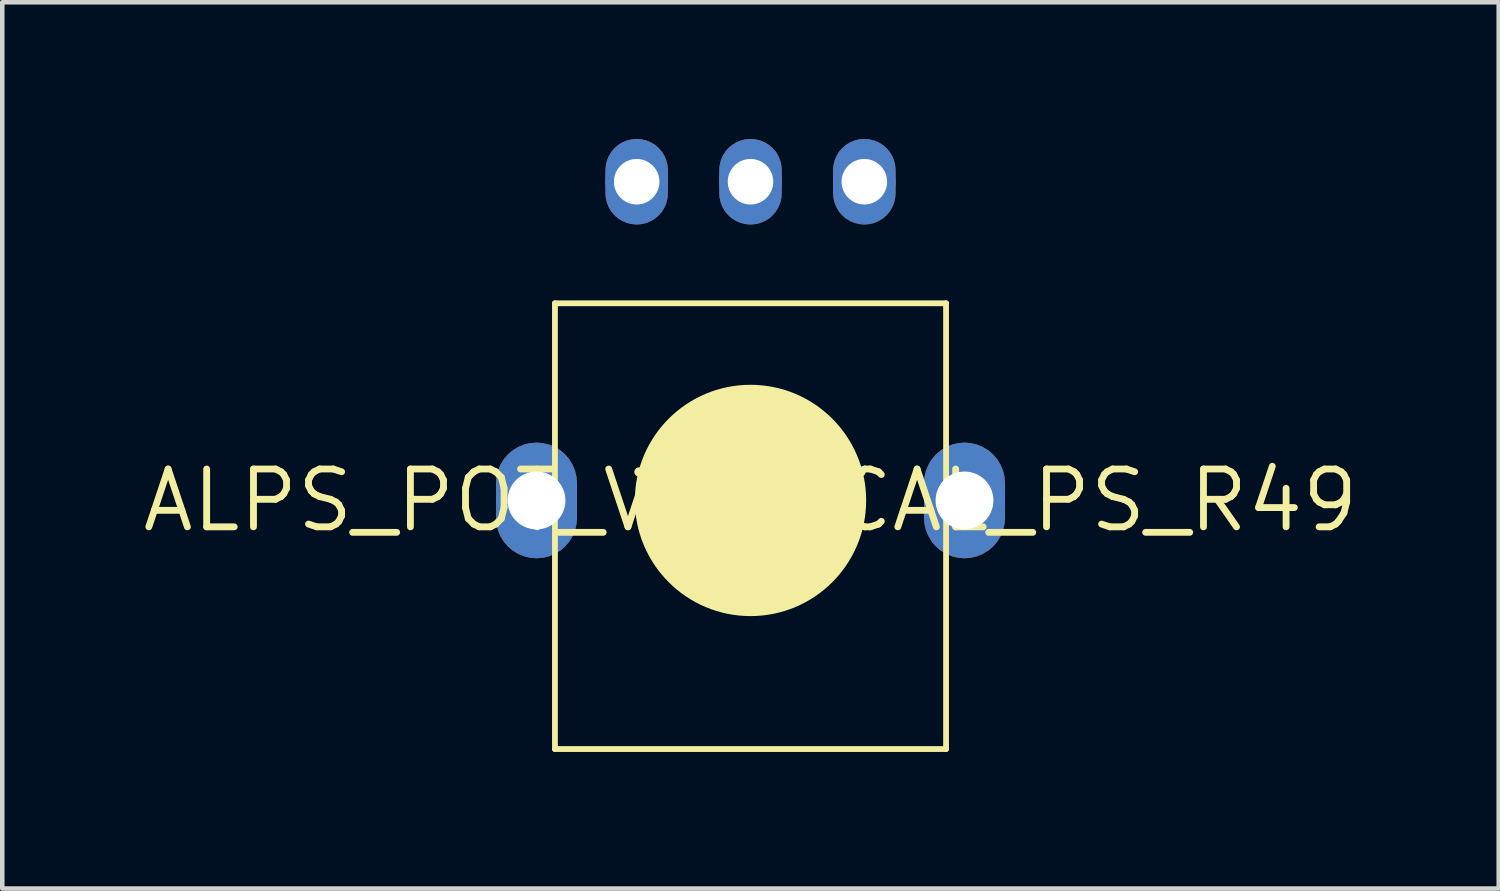
<source format=kicad_pcb>
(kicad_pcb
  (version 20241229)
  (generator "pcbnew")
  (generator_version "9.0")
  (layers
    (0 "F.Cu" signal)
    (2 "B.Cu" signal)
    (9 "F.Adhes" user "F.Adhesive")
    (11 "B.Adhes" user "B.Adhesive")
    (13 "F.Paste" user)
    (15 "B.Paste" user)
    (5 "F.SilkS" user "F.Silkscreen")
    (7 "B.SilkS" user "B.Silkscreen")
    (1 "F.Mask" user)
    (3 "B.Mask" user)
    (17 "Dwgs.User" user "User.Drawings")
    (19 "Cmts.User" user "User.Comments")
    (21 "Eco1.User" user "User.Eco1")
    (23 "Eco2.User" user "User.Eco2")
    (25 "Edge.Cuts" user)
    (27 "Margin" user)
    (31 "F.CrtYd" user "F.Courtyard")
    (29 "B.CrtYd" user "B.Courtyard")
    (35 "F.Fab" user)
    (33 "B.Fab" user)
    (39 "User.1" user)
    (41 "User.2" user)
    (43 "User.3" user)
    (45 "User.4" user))
  (footprint "ALPS_POT_VERTICAL_PS_R49"
    (layer "F.Cu")
    (at 13.433 7.941)
    (property "Reference" "ALPS_POT_VERTICAL_PS_R49" (at 0 0 0) (layer "F.SilkS") (effects (font (size 1.27 1.27) (thickness 0.15))))
    (fp_poly (pts (xy -4.561 -1.259) (xy -4.426 -1.227) (xy -4.297 -1.173) (xy -4.177 -1.1) (xy -4.071 -1.01) (xy -3.981 -0.904) (xy -3.908 -0.784) (xy -3.854 -0.655) (xy -3.822 -0.52) (xy -3.811 -0.381) (xy -3.811 0.381) (xy -3.822 0.52) (xy -3.854 0.655) (xy -3.908 0.784) (xy -3.981 0.904) (xy -4.071 1.01) (xy -4.177 1.1) (xy -4.297 1.173) (xy -4.426 1.227) (xy -4.561 1.259) (xy -4.7 1.27) (xy -4.839 1.259) (xy -4.974 1.227) (xy -5.103 1.173) (xy -5.223 1.1) (xy -5.329 1.01) (xy -5.419 0.904) (xy -5.492 0.784) (xy -5.546 0.655) (xy -5.578 0.52) (xy -5.589 0.381) (xy -5.589 -0.381) (xy -5.578 -0.52) (xy -5.546 -0.655) (xy -5.492 -0.784) (xy -5.419 -0.904) (xy -5.329 -1.01) (xy -5.223 -1.1) (xy -5.103 -1.173) (xy -4.974 -1.227) (xy -4.839 -1.259) (xy -4.7 -1.27)) (stroke (width 0) (type default)) (fill yes) (layer "F.Cu"))
    (fp_poly (pts (xy -2.393 -7.931) (xy -2.288 -7.906) (xy -2.189 -7.865) (xy -2.096 -7.809) (xy -2.015 -7.739) (xy -1.945 -7.658) (xy -1.889 -7.565) (xy -1.848 -7.466) (xy -1.823 -7.361) (xy -1.814 -7.254) (xy -1.814 -6.746) (xy -1.823 -6.639) (xy -1.848 -6.534) (xy -1.889 -6.435) (xy -1.945 -6.342) (xy -2.015 -6.261) (xy -2.096 -6.191) (xy -2.189 -6.135) (xy -2.288 -6.094) (xy -2.393 -6.069) (xy -2.5 -6.06) (xy -2.607 -6.069) (xy -2.712 -6.094) (xy -2.811 -6.135) (xy -2.904 -6.191) (xy -2.985 -6.261) (xy -3.055 -6.342) (xy -3.111 -6.435) (xy -3.152 -6.534) (xy -3.177 -6.639) (xy -3.186 -6.746) (xy -3.186 -7.254) (xy -3.177 -7.361) (xy -3.152 -7.466) (xy -3.111 -7.565) (xy -3.055 -7.658) (xy -2.985 -7.739) (xy -2.904 -7.809) (xy -2.811 -7.865) (xy -2.712 -7.906) (xy -2.607 -7.931) (xy -2.5 -7.94)) (stroke (width 0) (type default)) (fill yes) (layer "F.Cu"))
    (fp_poly (pts (xy 0.107 -7.931) (xy 0.212 -7.906) (xy 0.311 -7.865) (xy 0.404 -7.809) (xy 0.485 -7.739) (xy 0.555 -7.658) (xy 0.611 -7.565) (xy 0.652 -7.466) (xy 0.677 -7.361) (xy 0.686 -7.254) (xy 0.686 -6.746) (xy 0.677 -6.639) (xy 0.652 -6.534) (xy 0.611 -6.435) (xy 0.555 -6.342) (xy 0.485 -6.261) (xy 0.404 -6.191) (xy 0.311 -6.135) (xy 0.212 -6.094) (xy 0.107 -6.069) (xy 0 -6.06) (xy -0.107 -6.069) (xy -0.212 -6.094) (xy -0.311 -6.135) (xy -0.404 -6.191) (xy -0.485 -6.261) (xy -0.555 -6.342) (xy -0.611 -6.435) (xy -0.652 -6.534) (xy -0.677 -6.639) (xy -0.686 -6.746) (xy -0.686 -7.254) (xy -0.677 -7.361) (xy -0.652 -7.466) (xy -0.611 -7.565) (xy -0.555 -7.658) (xy -0.485 -7.739) (xy -0.404 -7.809) (xy -0.311 -7.865) (xy -0.212 -7.906) (xy -0.107 -7.931) (xy 0 -7.94)) (stroke (width 0) (type default)) (fill yes) (layer "F.Cu"))
    (fp_poly (pts (xy 2.607 -7.931) (xy 2.712 -7.906) (xy 2.811 -7.865) (xy 2.904 -7.809) (xy 2.985 -7.739) (xy 3.055 -7.658) (xy 3.111 -7.565) (xy 3.152 -7.466) (xy 3.177 -7.361) (xy 3.186 -7.254) (xy 3.186 -6.746) (xy 3.177 -6.639) (xy 3.152 -6.534) (xy 3.111 -6.435) (xy 3.055 -6.342) (xy 2.985 -6.261) (xy 2.904 -6.191) (xy 2.811 -6.135) (xy 2.712 -6.094) (xy 2.607 -6.069) (xy 2.5 -6.06) (xy 2.393 -6.069) (xy 2.288 -6.094) (xy 2.189 -6.135) (xy 2.096 -6.191) (xy 2.015 -6.261) (xy 1.945 -6.342) (xy 1.889 -6.435) (xy 1.848 -6.534) (xy 1.823 -6.639) (xy 1.814 -6.746) (xy 1.814 -7.254) (xy 1.823 -7.361) (xy 1.848 -7.466) (xy 1.889 -7.565) (xy 1.945 -7.658) (xy 2.015 -7.739) (xy 2.096 -7.809) (xy 2.189 -7.865) (xy 2.288 -7.906) (xy 2.393 -7.931) (xy 2.5 -7.94)) (stroke (width 0) (type default)) (fill yes) (layer "F.Cu"))
    (fp_poly (pts (xy 4.839 -1.259) (xy 4.974 -1.227) (xy 5.103 -1.173) (xy 5.223 -1.1) (xy 5.329 -1.01) (xy 5.419 -0.904) (xy 5.492 -0.784) (xy 5.546 -0.655) (xy 5.578 -0.52) (xy 5.589 -0.381) (xy 5.589 0.381) (xy 5.578 0.52) (xy 5.546 0.655) (xy 5.492 0.784) (xy 5.419 0.904) (xy 5.329 1.01) (xy 5.223 1.1) (xy 5.103 1.173) (xy 4.974 1.227) (xy 4.839 1.259) (xy 4.7 1.27) (xy 4.561 1.259) (xy 4.426 1.227) (xy 4.297 1.173) (xy 4.177 1.1) (xy 4.071 1.01) (xy 3.981 0.904) (xy 3.908 0.784) (xy 3.854 0.655) (xy 3.822 0.52) (xy 3.811 0.381) (xy 3.811 -0.381) (xy 3.822 -0.52) (xy 3.854 -0.655) (xy 3.908 -0.784) (xy 3.981 -0.904) (xy 4.071 -1.01) (xy 4.177 -1.1) (xy 4.297 -1.173) (xy 4.426 -1.227) (xy 4.561 -1.259) (xy 4.7 -1.27)) (stroke (width 0) (type default)) (fill yes) (layer "F.Cu"))
    (fp_poly (pts (xy -4.561 -1.26) (xy -4.425 -1.227) (xy -4.296 -1.174) (xy -4.176 -1.101) (xy -4.07 -1.011) (xy -3.98 -0.905) (xy -3.907 -0.785) (xy -3.854 -0.656) (xy -3.821 -0.52) (xy -3.81 -0.381) (xy -3.81 0.381) (xy -3.821 0.52) (xy -3.854 0.656) (xy -3.907 0.785) (xy -3.98 0.905) (xy -4.07 1.011) (xy -4.176 1.101) (xy -4.296 1.174) (xy -4.425 1.227) (xy -4.561 1.26) (xy -4.7 1.271) (xy -4.839 1.26) (xy -4.975 1.227) (xy -5.104 1.174) (xy -5.224 1.101) (xy -5.33 1.011) (xy -5.42 0.905) (xy -5.493 0.785) (xy -5.546 0.656) (xy -5.579 0.52) (xy -5.59 0.381) (xy -5.59 -0.381) (xy -5.579 -0.52) (xy -5.546 -0.656) (xy -5.493 -0.785) (xy -5.42 -0.905) (xy -5.33 -1.011) (xy -5.224 -1.101) (xy -5.104 -1.174) (xy -4.975 -1.227) (xy -4.839 -1.26) (xy -4.7 -1.271)) (stroke (width 0) (type default)) (fill yes) (layer "F.Mask"))
    (fp_poly (pts (xy -2.393 -7.932) (xy -2.288 -7.907) (xy -2.189 -7.866) (xy -2.096 -7.81) (xy -2.014 -7.74) (xy -1.944 -7.658) (xy -1.888 -7.565) (xy -1.847 -7.466) (xy -1.822 -7.361) (xy -1.813 -7.254) (xy -1.813 -6.746) (xy -1.822 -6.639) (xy -1.847 -6.534) (xy -1.888 -6.435) (xy -1.944 -6.342) (xy -2.014 -6.26) (xy -2.096 -6.19) (xy -2.189 -6.134) (xy -2.288 -6.093) (xy -2.393 -6.068) (xy -2.5 -6.059) (xy -2.607 -6.068) (xy -2.712 -6.093) (xy -2.811 -6.134) (xy -2.904 -6.19) (xy -2.986 -6.26) (xy -3.056 -6.342) (xy -3.112 -6.435) (xy -3.153 -6.534) (xy -3.178 -6.639) (xy -3.187 -6.746) (xy -3.187 -7.254) (xy -3.178 -7.361) (xy -3.153 -7.466) (xy -3.112 -7.565) (xy -3.056 -7.658) (xy -2.986 -7.74) (xy -2.904 -7.81) (xy -2.811 -7.866) (xy -2.712 -7.907) (xy -2.607 -7.932) (xy -2.5 -7.941)) (stroke (width 0) (type default)) (fill yes) (layer "F.Mask"))
    (fp_poly (pts (xy 0.107 -7.932) (xy 0.212 -7.907) (xy 0.311 -7.866) (xy 0.404 -7.81) (xy 0.486 -7.74) (xy 0.556 -7.658) (xy 0.612 -7.565) (xy 0.653 -7.466) (xy 0.678 -7.361) (xy 0.687 -7.254) (xy 0.687 -6.746) (xy 0.678 -6.639) (xy 0.653 -6.534) (xy 0.612 -6.435) (xy 0.556 -6.342) (xy 0.486 -6.26) (xy 0.404 -6.19) (xy 0.311 -6.134) (xy 0.212 -6.093) (xy 0.107 -6.068) (xy 0 -6.059) (xy -0.107 -6.068) (xy -0.212 -6.093) (xy -0.311 -6.134) (xy -0.404 -6.19) (xy -0.486 -6.26) (xy -0.556 -6.342) (xy -0.612 -6.435) (xy -0.653 -6.534) (xy -0.678 -6.639) (xy -0.687 -6.746) (xy -0.687 -7.254) (xy -0.678 -7.361) (xy -0.653 -7.466) (xy -0.612 -7.565) (xy -0.556 -7.658) (xy -0.486 -7.74) (xy -0.404 -7.81) (xy -0.311 -7.866) (xy -0.212 -7.907) (xy -0.107 -7.932) (xy 0 -7.941)) (stroke (width 0) (type default)) (fill yes) (layer "F.Mask"))
    (fp_poly (pts (xy 2.607 -7.932) (xy 2.712 -7.907) (xy 2.811 -7.866) (xy 2.904 -7.81) (xy 2.986 -7.74) (xy 3.056 -7.658) (xy 3.112 -7.565) (xy 3.153 -7.466) (xy 3.178 -7.361) (xy 3.187 -7.254) (xy 3.187 -6.746) (xy 3.178 -6.639) (xy 3.153 -6.534) (xy 3.112 -6.435) (xy 3.056 -6.342) (xy 2.986 -6.26) (xy 2.904 -6.19) (xy 2.811 -6.134) (xy 2.712 -6.093) (xy 2.607 -6.068) (xy 2.5 -6.059) (xy 2.393 -6.068) (xy 2.288 -6.093) (xy 2.189 -6.134) (xy 2.096 -6.19) (xy 2.014 -6.26) (xy 1.944 -6.342) (xy 1.888 -6.435) (xy 1.847 -6.534) (xy 1.822 -6.639) (xy 1.813 -6.746) (xy 1.813 -7.254) (xy 1.822 -7.361) (xy 1.847 -7.466) (xy 1.888 -7.565) (xy 1.944 -7.658) (xy 2.014 -7.74) (xy 2.096 -7.81) (xy 2.189 -7.866) (xy 2.288 -7.907) (xy 2.393 -7.932) (xy 2.5 -7.941)) (stroke (width 0) (type default)) (fill yes) (layer "F.Mask"))
    (fp_poly (pts (xy 4.839 -1.26) (xy 4.975 -1.227) (xy 5.104 -1.174) (xy 5.224 -1.101) (xy 5.33 -1.011) (xy 5.42 -0.905) (xy 5.493 -0.785) (xy 5.546 -0.656) (xy 5.579 -0.52) (xy 5.59 -0.381) (xy 5.59 0.381) (xy 5.579 0.52) (xy 5.546 0.656) (xy 5.493 0.785) (xy 5.42 0.905) (xy 5.33 1.011) (xy 5.224 1.101) (xy 5.104 1.174) (xy 4.975 1.227) (xy 4.839 1.26) (xy 4.7 1.271) (xy 4.561 1.26) (xy 4.425 1.227) (xy 4.296 1.174) (xy 4.176 1.101) (xy 4.07 1.011) (xy 3.98 0.905) (xy 3.907 0.785) (xy 3.854 0.656) (xy 3.821 0.52) (xy 3.81 0.381) (xy 3.81 -0.381) (xy 3.821 -0.52) (xy 3.854 -0.656) (xy 3.907 -0.785) (xy 3.98 -0.905) (xy 4.07 -1.011) (xy 4.176 -1.101) (xy 4.296 -1.174) (xy 4.425 -1.227) (xy 4.561 -1.26) (xy 4.7 -1.271)) (stroke (width 0) (type default)) (fill yes) (layer "F.Mask"))
    (fp_poly (pts (xy -4.561 -1.259) (xy -4.426 -1.227) (xy -4.297 -1.173) (xy -4.177 -1.1) (xy -4.071 -1.01) (xy -3.981 -0.904) (xy -3.908 -0.784) (xy -3.854 -0.655) (xy -3.822 -0.52) (xy -3.811 -0.381) (xy -3.811 0.381) (xy -3.822 0.52) (xy -3.854 0.655) (xy -3.908 0.784) (xy -3.981 0.904) (xy -4.071 1.01) (xy -4.177 1.1) (xy -4.297 1.173) (xy -4.426 1.227) (xy -4.561 1.259) (xy -4.7 1.27) (xy -4.839 1.259) (xy -4.974 1.227) (xy -5.103 1.173) (xy -5.223 1.1) (xy -5.329 1.01) (xy -5.419 0.904) (xy -5.492 0.784) (xy -5.546 0.655) (xy -5.578 0.52) (xy -5.589 0.381) (xy -5.589 -0.381) (xy -5.578 -0.52) (xy -5.546 -0.655) (xy -5.492 -0.784) (xy -5.419 -0.904) (xy -5.329 -1.01) (xy -5.223 -1.1) (xy -5.103 -1.173) (xy -4.974 -1.227) (xy -4.839 -1.259) (xy -4.7 -1.27)) (stroke (width 0) (type default)) (fill yes) (layer "B.Cu"))
    (fp_poly (pts (xy -2.393 -7.931) (xy -2.288 -7.906) (xy -2.189 -7.865) (xy -2.096 -7.809) (xy -2.015 -7.739) (xy -1.945 -7.658) (xy -1.889 -7.565) (xy -1.848 -7.466) (xy -1.823 -7.361) (xy -1.814 -7.254) (xy -1.814 -6.746) (xy -1.823 -6.639) (xy -1.848 -6.534) (xy -1.889 -6.435) (xy -1.945 -6.342) (xy -2.015 -6.261) (xy -2.096 -6.191) (xy -2.189 -6.135) (xy -2.288 -6.094) (xy -2.393 -6.069) (xy -2.5 -6.06) (xy -2.607 -6.069) (xy -2.712 -6.094) (xy -2.811 -6.135) (xy -2.904 -6.191) (xy -2.985 -6.261) (xy -3.055 -6.342) (xy -3.111 -6.435) (xy -3.152 -6.534) (xy -3.177 -6.639) (xy -3.186 -6.746) (xy -3.186 -7.254) (xy -3.177 -7.361) (xy -3.152 -7.466) (xy -3.111 -7.565) (xy -3.055 -7.658) (xy -2.985 -7.739) (xy -2.904 -7.809) (xy -2.811 -7.865) (xy -2.712 -7.906) (xy -2.607 -7.931) (xy -2.5 -7.94)) (stroke (width 0) (type default)) (fill yes) (layer "B.Cu"))
    (fp_poly (pts (xy 0.107 -7.931) (xy 0.212 -7.906) (xy 0.311 -7.865) (xy 0.404 -7.809) (xy 0.485 -7.739) (xy 0.555 -7.658) (xy 0.611 -7.565) (xy 0.652 -7.466) (xy 0.677 -7.361) (xy 0.686 -7.254) (xy 0.686 -6.746) (xy 0.677 -6.639) (xy 0.652 -6.534) (xy 0.611 -6.435) (xy 0.555 -6.342) (xy 0.485 -6.261) (xy 0.404 -6.191) (xy 0.311 -6.135) (xy 0.212 -6.094) (xy 0.107 -6.069) (xy 0 -6.06) (xy -0.107 -6.069) (xy -0.212 -6.094) (xy -0.311 -6.135) (xy -0.404 -6.191) (xy -0.485 -6.261) (xy -0.555 -6.342) (xy -0.611 -6.435) (xy -0.652 -6.534) (xy -0.677 -6.639) (xy -0.686 -6.746) (xy -0.686 -7.254) (xy -0.677 -7.361) (xy -0.652 -7.466) (xy -0.611 -7.565) (xy -0.555 -7.658) (xy -0.485 -7.739) (xy -0.404 -7.809) (xy -0.311 -7.865) (xy -0.212 -7.906) (xy -0.107 -7.931) (xy 0 -7.94)) (stroke (width 0) (type default)) (fill yes) (layer "B.Cu"))
    (fp_poly (pts (xy 2.607 -7.931) (xy 2.712 -7.906) (xy 2.811 -7.865) (xy 2.904 -7.809) (xy 2.985 -7.739) (xy 3.055 -7.658) (xy 3.111 -7.565) (xy 3.152 -7.466) (xy 3.177 -7.361) (xy 3.186 -7.254) (xy 3.186 -6.746) (xy 3.177 -6.639) (xy 3.152 -6.534) (xy 3.111 -6.435) (xy 3.055 -6.342) (xy 2.985 -6.261) (xy 2.904 -6.191) (xy 2.811 -6.135) (xy 2.712 -6.094) (xy 2.607 -6.069) (xy 2.5 -6.06) (xy 2.393 -6.069) (xy 2.288 -6.094) (xy 2.189 -6.135) (xy 2.096 -6.191) (xy 2.015 -6.261) (xy 1.945 -6.342) (xy 1.889 -6.435) (xy 1.848 -6.534) (xy 1.823 -6.639) (xy 1.814 -6.746) (xy 1.814 -7.254) (xy 1.823 -7.361) (xy 1.848 -7.466) (xy 1.889 -7.565) (xy 1.945 -7.658) (xy 2.015 -7.739) (xy 2.096 -7.809) (xy 2.189 -7.865) (xy 2.288 -7.906) (xy 2.393 -7.931) (xy 2.5 -7.94)) (stroke (width 0) (type default)) (fill yes) (layer "B.Cu"))
    (fp_poly (pts (xy 4.839 -1.259) (xy 4.974 -1.227) (xy 5.103 -1.173) (xy 5.223 -1.1) (xy 5.329 -1.01) (xy 5.419 -0.904) (xy 5.492 -0.784) (xy 5.546 -0.655) (xy 5.578 -0.52) (xy 5.589 -0.381) (xy 5.589 0.381) (xy 5.578 0.52) (xy 5.546 0.655) (xy 5.492 0.784) (xy 5.419 0.904) (xy 5.329 1.01) (xy 5.223 1.1) (xy 5.103 1.173) (xy 4.974 1.227) (xy 4.839 1.259) (xy 4.7 1.27) (xy 4.561 1.259) (xy 4.426 1.227) (xy 4.297 1.173) (xy 4.177 1.1) (xy 4.071 1.01) (xy 3.981 0.904) (xy 3.908 0.784) (xy 3.854 0.655) (xy 3.822 0.52) (xy 3.811 0.381) (xy 3.811 -0.381) (xy 3.822 -0.52) (xy 3.854 -0.655) (xy 3.908 -0.784) (xy 3.981 -0.904) (xy 4.071 -1.01) (xy 4.177 -1.1) (xy 4.297 -1.173) (xy 4.426 -1.227) (xy 4.561 -1.259) (xy 4.7 -1.27)) (stroke (width 0) (type default)) (fill yes) (layer "B.Cu"))
    (fp_poly (pts (xy -4.561 -1.26) (xy -4.425 -1.227) (xy -4.296 -1.174) (xy -4.176 -1.101) (xy -4.07 -1.011) (xy -3.98 -0.905) (xy -3.907 -0.785) (xy -3.854 -0.656) (xy -3.821 -0.52) (xy -3.81 -0.381) (xy -3.81 0.381) (xy -3.821 0.52) (xy -3.854 0.656) (xy -3.907 0.785) (xy -3.98 0.905) (xy -4.07 1.011) (xy -4.176 1.101) (xy -4.296 1.174) (xy -4.425 1.227) (xy -4.561 1.26) (xy -4.7 1.271) (xy -4.839 1.26) (xy -4.975 1.227) (xy -5.104 1.174) (xy -5.224 1.101) (xy -5.33 1.011) (xy -5.42 0.905) (xy -5.493 0.785) (xy -5.546 0.656) (xy -5.579 0.52) (xy -5.59 0.381) (xy -5.59 -0.381) (xy -5.579 -0.52) (xy -5.546 -0.656) (xy -5.493 -0.785) (xy -5.42 -0.905) (xy -5.33 -1.011) (xy -5.224 -1.101) (xy -5.104 -1.174) (xy -4.975 -1.227) (xy -4.839 -1.26) (xy -4.7 -1.271)) (stroke (width 0) (type default)) (fill yes) (layer "B.Mask"))
    (fp_poly (pts (xy -2.393 -7.932) (xy -2.288 -7.907) (xy -2.189 -7.866) (xy -2.096 -7.81) (xy -2.014 -7.74) (xy -1.944 -7.658) (xy -1.888 -7.565) (xy -1.847 -7.466) (xy -1.822 -7.361) (xy -1.813 -7.254) (xy -1.813 -6.746) (xy -1.822 -6.639) (xy -1.847 -6.534) (xy -1.888 -6.435) (xy -1.944 -6.342) (xy -2.014 -6.26) (xy -2.096 -6.19) (xy -2.189 -6.134) (xy -2.288 -6.093) (xy -2.393 -6.068) (xy -2.5 -6.059) (xy -2.607 -6.068) (xy -2.712 -6.093) (xy -2.811 -6.134) (xy -2.904 -6.19) (xy -2.986 -6.26) (xy -3.056 -6.342) (xy -3.112 -6.435) (xy -3.153 -6.534) (xy -3.178 -6.639) (xy -3.187 -6.746) (xy -3.187 -7.254) (xy -3.178 -7.361) (xy -3.153 -7.466) (xy -3.112 -7.565) (xy -3.056 -7.658) (xy -2.986 -7.74) (xy -2.904 -7.81) (xy -2.811 -7.866) (xy -2.712 -7.907) (xy -2.607 -7.932) (xy -2.5 -7.941)) (stroke (width 0) (type default)) (fill yes) (layer "B.Mask"))
    (fp_poly (pts (xy 0.107 -7.932) (xy 0.212 -7.907) (xy 0.311 -7.866) (xy 0.404 -7.81) (xy 0.486 -7.74) (xy 0.556 -7.658) (xy 0.612 -7.565) (xy 0.653 -7.466) (xy 0.678 -7.361) (xy 0.687 -7.254) (xy 0.687 -6.746) (xy 0.678 -6.639) (xy 0.653 -6.534) (xy 0.612 -6.435) (xy 0.556 -6.342) (xy 0.486 -6.26) (xy 0.404 -6.19) (xy 0.311 -6.134) (xy 0.212 -6.093) (xy 0.107 -6.068) (xy 0 -6.059) (xy -0.107 -6.068) (xy -0.212 -6.093) (xy -0.311 -6.134) (xy -0.404 -6.19) (xy -0.486 -6.26) (xy -0.556 -6.342) (xy -0.612 -6.435) (xy -0.653 -6.534) (xy -0.678 -6.639) (xy -0.687 -6.746) (xy -0.687 -7.254) (xy -0.678 -7.361) (xy -0.653 -7.466) (xy -0.612 -7.565) (xy -0.556 -7.658) (xy -0.486 -7.74) (xy -0.404 -7.81) (xy -0.311 -7.866) (xy -0.212 -7.907) (xy -0.107 -7.932) (xy 0 -7.941)) (stroke (width 0) (type default)) (fill yes) (layer "B.Mask"))
    (fp_poly (pts (xy 2.607 -7.932) (xy 2.712 -7.907) (xy 2.811 -7.866) (xy 2.904 -7.81) (xy 2.986 -7.74) (xy 3.056 -7.658) (xy 3.112 -7.565) (xy 3.153 -7.466) (xy 3.178 -7.361) (xy 3.187 -7.254) (xy 3.187 -6.746) (xy 3.178 -6.639) (xy 3.153 -6.534) (xy 3.112 -6.435) (xy 3.056 -6.342) (xy 2.986 -6.26) (xy 2.904 -6.19) (xy 2.811 -6.134) (xy 2.712 -6.093) (xy 2.607 -6.068) (xy 2.5 -6.059) (xy 2.393 -6.068) (xy 2.288 -6.093) (xy 2.189 -6.134) (xy 2.096 -6.19) (xy 2.014 -6.26) (xy 1.944 -6.342) (xy 1.888 -6.435) (xy 1.847 -6.534) (xy 1.822 -6.639) (xy 1.813 -6.746) (xy 1.813 -7.254) (xy 1.822 -7.361) (xy 1.847 -7.466) (xy 1.888 -7.565) (xy 1.944 -7.658) (xy 2.014 -7.74) (xy 2.096 -7.81) (xy 2.189 -7.866) (xy 2.288 -7.907) (xy 2.393 -7.932) (xy 2.5 -7.941)) (stroke (width 0) (type default)) (fill yes) (layer "B.Mask"))
    (fp_poly (pts (xy 4.839 -1.26) (xy 4.975 -1.227) (xy 5.104 -1.174) (xy 5.224 -1.101) (xy 5.33 -1.011) (xy 5.42 -0.905) (xy 5.493 -0.785) (xy 5.546 -0.656) (xy 5.579 -0.52) (xy 5.59 -0.381) (xy 5.59 0.381) (xy 5.579 0.52) (xy 5.546 0.656) (xy 5.493 0.785) (xy 5.42 0.905) (xy 5.33 1.011) (xy 5.224 1.101) (xy 5.104 1.174) (xy 4.975 1.227) (xy 4.839 1.26) (xy 4.7 1.271) (xy 4.561 1.26) (xy 4.425 1.227) (xy 4.296 1.174) (xy 4.176 1.101) (xy 4.07 1.011) (xy 3.98 0.905) (xy 3.907 0.785) (xy 3.854 0.656) (xy 3.821 0.52) (xy 3.81 0.381) (xy 3.81 -0.381) (xy 3.821 -0.52) (xy 3.854 -0.656) (xy 3.907 -0.785) (xy 3.98 -0.905) (xy 4.07 -1.011) (xy 4.176 -1.101) (xy 4.296 -1.174) (xy 4.425 -1.227) (xy 4.561 -1.26) (xy 4.7 -1.271)) (stroke (width 0) (type default)) (fill yes) (layer "B.Mask"))
    (fp_line (start -4.295 -4.33) (end 4.295 -4.33) (stroke (width 0.127) (type solid)) (layer "F.SilkS"))
    (fp_line (start -4.295 5.46) (end -4.295 -4.33) (stroke (width 0.127) (type solid)) (layer "F.SilkS"))
    (fp_line (start -2.45 -0.625) (end 2.424 -0.625) (stroke (width 0.203) (type solid)) (layer "F.SilkS"))
    (fp_line (start -1.1 -0.625) (end 1.1 -0.625) (stroke (width 0.203) (type solid)) (layer "F.SilkS"))
    (fp_line (start 4.295 -4.33) (end 4.295 5.46) (stroke (width 0.127) (type solid)) (layer "F.SilkS"))
    (fp_line (start 4.295 5.46) (end -4.295 5.46) (stroke (width 0.127) (type solid)) (layer "F.SilkS"))
    (fp_arc (start 1.100001 -0.624999) (mid -0.000001 1.264544) (end -1.1 -0.625) (stroke (width 0.203) (type solid)) (layer "F.SilkS"))
    (fp_circle (center 0 0) (end 1.27 0) (stroke (width 2.54) (type solid)) (fill yes) (layer "F.SilkS"))
    (pad "P$1" thru_hole circle (at -2.5 -7) (size 1.372 1.372) (drill 1) (layers "*.Cu"))
    (pad "P$2" thru_hole circle (at 0 -7) (size 1.372 1.372) (drill 1) (layers "*.Cu"))
    (pad "P$3" thru_hole circle (at 2.5 -7) (size 1.372 1.372) (drill 1) (layers "*.Cu"))
    (pad "P$4" thru_hole circle (at -4.7 0) (size 1.778 1.778) (drill 1.27) (layers "*.Cu"))
    (pad "P$5" thru_hole circle (at 4.7 0) (size 1.778 1.778) (drill 1.27) (layers "*.Cu")))
  (gr_rect
    (start -3 -3)
    (end 29.866 16.465)
    (stroke (width 0.1) (type default))
    (fill no)
    (layer "Edge.Cuts")))
</source>
